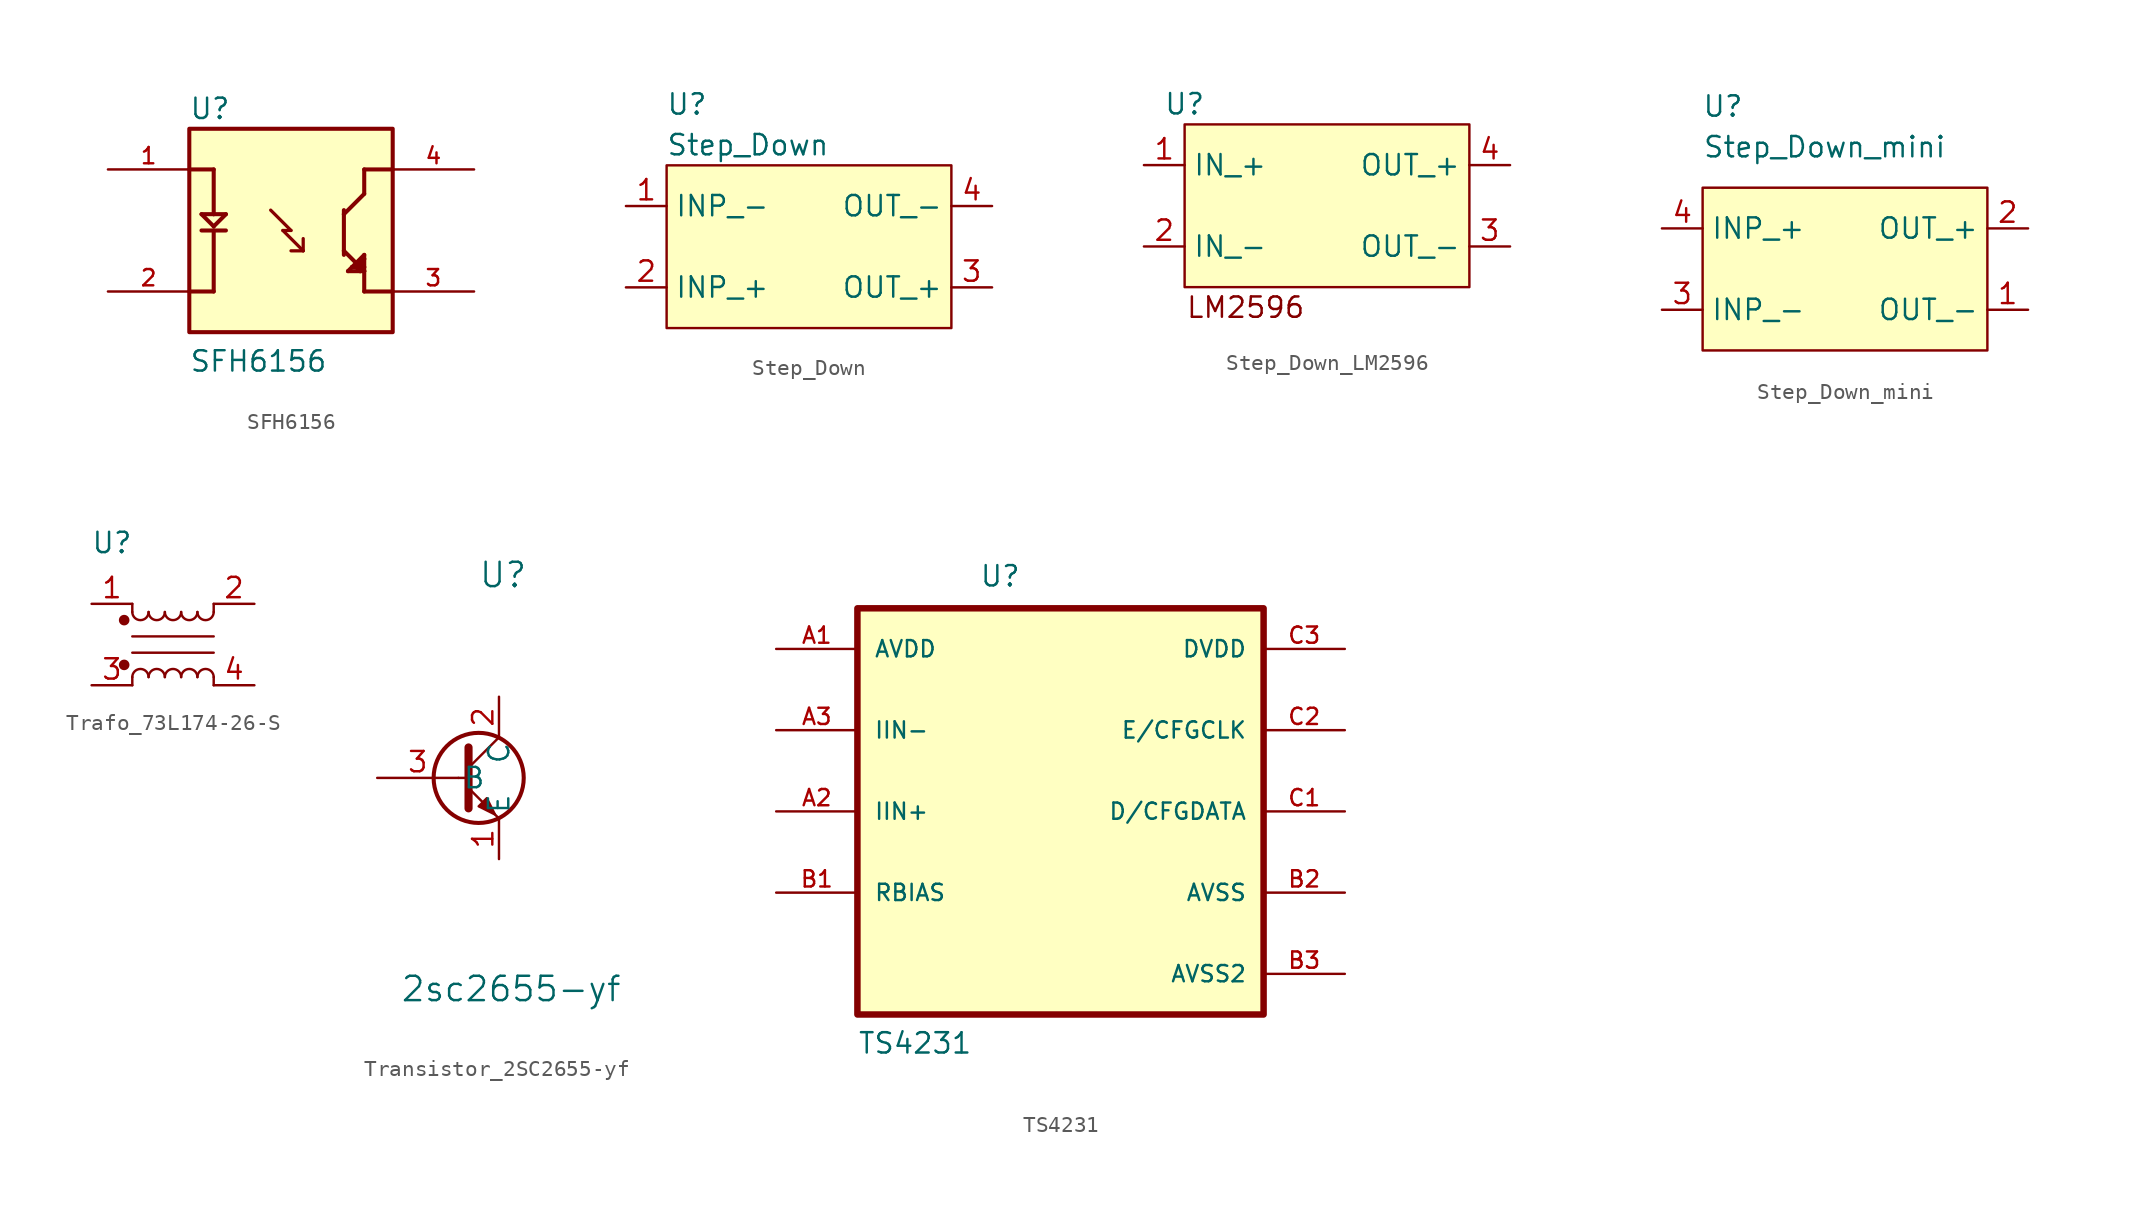
<source format=kicad_sym>
(kicad_symbol_lib
  (version 20231120)
  (generator "kicad_symbol_editor")
  (generator_version "8.0")
  (symbol "SFH6156"
    (pin_names
      (offset 1.016))
    (property "Reference" "U"
      (at -5.099 8.131 0)
      (effects (font (size 1.27 1.27)) (justify left bottom)))
    (property "Value" "SFH6156"
      (at -5.093 -7.64 0)
      (effects (font (size 1.27 1.27)) (justify left bottom)))
    (symbol "SFH6156_0_0"
      (rectangle (start -5.08 -5.08) (end 7.62 7.62) (stroke (width 0.254) (type default)) (fill (type background)))
      (polyline (pts (xy -5.08 5.08) (xy -3.556 5.08)) (stroke (width 0.254) (type default)) (fill (type none)))
      (polyline (pts (xy -4.318 1.27) (xy -2.794 1.27)) (stroke (width 0.254) (type default)) (fill (type none)))
      (polyline (pts (xy -4.318 2.286) (xy -3.556 1.524)) (stroke (width 0.254) (type default)) (fill (type none)))
      (polyline (pts (xy -3.556 -2.54) (xy -5.08 -2.54)) (stroke (width 0.254) (type default)) (fill (type none)))
      (polyline (pts (xy -3.556 1.27) (xy -3.556 -2.54)) (stroke (width 0.254) (type default)) (fill (type none)))
      (polyline (pts (xy -3.556 1.524) (xy -2.794 2.286)) (stroke (width 0.254) (type default)) (fill (type none)))
      (polyline (pts (xy -3.556 2.286) (xy -4.318 2.286)) (stroke (width 0.254) (type default)) (fill (type none)))
      (polyline (pts (xy -3.556 2.286) (xy -2.794 2.286)) (stroke (width 0.254) (type default)) (fill (type none)))
      (polyline (pts (xy -3.556 5.08) (xy -3.556 2.286)) (stroke (width 0.254) (type default)) (fill (type none)))
      (polyline (pts (xy 0 2.54) (xy 1.27 1.27)) (stroke (width 0.203) (type default)) (fill (type none)))
      (polyline (pts (xy 0.762 1.27) (xy 2.032 0)) (stroke (width 0.203) (type default)) (fill (type none)))
      (polyline (pts (xy 1.27 1.27) (xy 0.762 1.27)) (stroke (width 0.203) (type default)) (fill (type none)))
      (polyline (pts (xy 2.032 0) (xy 1.27 0)) (stroke (width 0.203) (type default)) (fill (type none)))
      (polyline (pts (xy 2.032 0) (xy 2.032 0.762)) (stroke (width 0.203) (type default)) (fill (type none)))
      (polyline (pts (xy 4.572 0) (xy 4.572 -0.254)) (stroke (width 0.254) (type default)) (fill (type none)))
      (polyline (pts (xy 4.572 0) (xy 5.842 -1.27)) (stroke (width 0.254) (type default)) (fill (type none)))
      (polyline (pts (xy 4.572 2.286) (xy 4.572 0)) (stroke (width 0.254) (type default)) (fill (type none)))
      (polyline (pts (xy 4.572 2.286) (xy 4.572 2.54)) (stroke (width 0.254) (type default)) (fill (type none)))
      (polyline (pts (xy 4.826 -1.27) (xy 5.588 -1.27)) (stroke (width 0.254) (type default)) (fill (type none)))
      (polyline (pts (xy 5.08 -1.016) (xy 4.826 -1.27)) (stroke (width 0.254) (type default)) (fill (type none)))
      (polyline (pts (xy 5.08 -1.016) (xy 5.334 -1.016)) (stroke (width 0.254) (type default)) (fill (type none)))
      (polyline (pts (xy 5.334 -1.016) (xy 5.588 -1.27)) (stroke (width 0.254) (type default)) (fill (type none)))
      (polyline (pts (xy 5.588 -1.27) (xy 5.588 -0.762)) (stroke (width 0.254) (type default)) (fill (type none)))
      (polyline (pts (xy 5.588 -1.27) (xy 5.842 -1.27)) (stroke (width 0.254) (type default)) (fill (type none)))
      (polyline (pts (xy 5.588 -0.762) (xy 5.334 -1.016)) (stroke (width 0.254) (type default)) (fill (type none)))
      (polyline (pts (xy 5.588 -0.762) (xy 5.842 -0.508)) (stroke (width 0.254) (type default)) (fill (type none)))
      (polyline (pts (xy 5.842 -2.54) (xy 7.62 -2.54)) (stroke (width 0.254) (type default)) (fill (type none)))
      (polyline (pts (xy 5.842 -1.27) (xy 5.842 -2.54)) (stroke (width 0.254) (type default)) (fill (type none)))
      (polyline (pts (xy 5.842 -1.27) (xy 5.842 -1.016)) (stroke (width 0.254) (type default)) (fill (type none)))
      (polyline (pts (xy 5.842 -1.016) (xy 5.588 -0.762)) (stroke (width 0.254) (type default)) (fill (type none)))
      (polyline (pts (xy 5.842 -1.016) (xy 5.842 -0.508)) (stroke (width 0.254) (type default)) (fill (type none)))
      (polyline (pts (xy 5.842 -0.508) (xy 5.842 -0.254)) (stroke (width 0.254) (type default)) (fill (type none)))
      (polyline (pts (xy 5.842 -0.254) (xy 5.08 -1.016)) (stroke (width 0.254) (type default)) (fill (type none)))
      (polyline (pts (xy 5.842 3.556) (xy 4.572 2.286)) (stroke (width 0.254) (type default)) (fill (type none)))
      (polyline (pts (xy 5.842 5.08) (xy 5.842 3.556)) (stroke (width 0.254) (type default)) (fill (type none)))
      (polyline (pts (xy 7.62 5.08) (xy 5.842 5.08)) (stroke (width 0.254) (type default)) (fill (type none)))
      (pin passive line (at -10.16 5.08 0) (length 5.08) (name "~" (effects (font (size 1.016 1.016)))) (number "1" (effects (font (size 1.016 1.016)))))
      (pin passive line (at -10.16 -2.54 0) (length 5.08) (name "~" (effects (font (size 1.016 1.016)))) (number "2" (effects (font (size 1.016 1.016)))))
      (pin passive line (at 12.7 -2.54 180) (length 5.08) (name "~" (effects (font (size 1.016 1.016)))) (number "3" (effects (font (size 1.016 1.016)))))
      (pin passive line (at 12.7 5.08 180) (length 5.08) (name "~" (effects (font (size 1.016 1.016)))) (number "4" (effects (font (size 1.016 1.016)))))))
  (symbol "Step_Down"
    (property "Reference" "U"
      (at -3.81 -1.27 0)
      (effects (font (size 1.27 1.27))))
    (property "Value" "Step_Down"
      (at 0 -3.81 0)
      (effects (font (size 1.27 1.27))))
    (symbol "Step_Down_0_1"
      (rectangle (start -5.08 -5.08) (end 12.7 -15.24) (stroke (width 0) (type default)) (fill (type background))))
    (symbol "Step_Down_1_1"
      (pin power_in line (at -7.62 -7.62 0) (length 2.54) (name "INP_-" (effects (font (size 1.27 1.27)))) (number "1" (effects (font (size 1.27 1.27)))))
      (pin power_in line (at -7.62 -12.7 0) (length 2.54) (name "INP_+" (effects (font (size 1.27 1.27)))) (number "2" (effects (font (size 1.27 1.27)))))
      (pin power_out line (at 15.24 -12.7 180) (length 2.54) (name "OUT_+" (effects (font (size 1.27 1.27)))) (number "3" (effects (font (size 1.27 1.27)))))
      (pin power_out line (at 15.24 -7.62 180) (length 2.54) (name "OUT_-" (effects (font (size 1.27 1.27)))) (number "4" (effects (font (size 1.27 1.27)))))))
  (symbol "Step_Down_LM2596"
    (property "Reference" "U"
      (at 0 0 0)
      (effects (font (size 1.27 1.27))))
    (property "Value" ""
      (at 0 0 0)
      (effects (font (size 1.27 1.27))))
    (symbol "Step_Down_LM2596_0_1"
      (rectangle (start 0 -1.27) (end 17.78 -11.43) (stroke (width 0) (type default)) (fill (type background))))
    (symbol "Step_Down_LM2596_1_1"
      (text "LM2596" (at 3.81 -12.7 0) (effects (font (size 1.27 1.27))))
      (pin power_in line (at -2.54 -3.81 0) (length 2.54) (name "IN_+" (effects (font (size 1.27 1.27)))) (number "1" (effects (font (size 1.27 1.27)))))
      (pin power_in line (at -2.54 -8.89 0) (length 2.54) (name "IN_-" (effects (font (size 1.27 1.27)))) (number "2" (effects (font (size 1.27 1.27)))))
      (pin power_out line (at 20.32 -8.89 180) (length 2.54) (name "OUT_-" (effects (font (size 1.27 1.27)))) (number "3" (effects (font (size 1.27 1.27)))))
      (pin power_out line (at 20.32 -3.81 180) (length 2.54) (name "OUT_+" (effects (font (size 1.27 1.27)))) (number "4" (effects (font (size 1.27 1.27)))))))
  (symbol "Step_Down_mini"
    (property "Reference" "U"
      (at 1.27 -1.27 0)
      (effects (font (size 1.27 1.27))))
    (property "Value" "Step_Down_mini"
      (at 7.62 -3.81 0)
      (effects (font (size 1.27 1.27))))
    (symbol "Step_Down_mini_0_1"
      (rectangle (start 0 -6.35) (end 17.78 -16.51) (stroke (width 0) (type default)) (fill (type background))))
    (symbol "Step_Down_mini_1_1"
      (pin power_out line (at 20.32 -13.97 180) (length 2.54) (name "OUT_-" (effects (font (size 1.27 1.27)))) (number "1" (effects (font (size 1.27 1.27)))))
      (pin power_out line (at 20.32 -8.89 180) (length 2.54) (name "OUT_+" (effects (font (size 1.27 1.27)))) (number "2" (effects (font (size 1.27 1.27)))))
      (pin power_in line (at -2.54 -13.97 0) (length 2.54) (name "INP_-" (effects (font (size 1.27 1.27)))) (number "3" (effects (font (size 1.27 1.27)))))
      (pin power_in line (at -2.54 -8.89 0) (length 2.54) (name "INP_+" (effects (font (size 1.27 1.27)))) (number "4" (effects (font (size 1.27 1.27)))))))
  (symbol "Trafo_73L174-26-S"
    (property "Reference" "U"
      (at -3.81 0 0)
      (effects (font (size 1.27 1.27))))
    (property "Value" ""
      (at 0 0 0)
      (effects (font (size 1.27 1.27))))
    (symbol "Trafo_73L174-26-S_1_1"
      (circle (center -3.048 -7.62) (radius 0.254) (stroke (width 0) (type default)) (fill (type outline)))
      (circle (center -3.048 -4.826) (radius 0.254) (stroke (width 0) (type default)) (fill (type outline)))
      (arc (start -2.54 -4.318) (mid -2.032 -4.8238) (end -1.524 -4.318) (stroke (width 0) (type default)) (fill (type none)))
      (arc (start -1.524 -8.382) (mid -2.032 -7.8762) (end -2.54 -8.382) (stroke (width 0) (type default)) (fill (type none)))
      (arc (start -1.524 -4.318) (mid -1.016 -4.8238) (end -0.508 -4.318) (stroke (width 0) (type default)) (fill (type none)))
      (arc (start -0.508 -8.382) (mid -1.016 -7.8762) (end -1.524 -8.382) (stroke (width 0) (type default)) (fill (type none)))
      (arc (start -0.508 -4.318) (mid 0 -4.8238) (end 0.508 -4.318) (stroke (width 0) (type default)) (fill (type none)))
      (polyline (pts (xy -2.54 -8.382) (xy -2.54 -8.89)) (stroke (width 0) (type default)) (fill (type none)))
      (polyline (pts (xy -2.54 -5.842) (xy 2.54 -5.842)) (stroke (width 0) (type default)) (fill (type none)))
      (polyline (pts (xy -2.54 -4.318) (xy -2.54 -3.81)) (stroke (width 0) (type default)) (fill (type none)))
      (polyline (pts (xy 2.54 -8.382) (xy 2.54 -8.89)) (stroke (width 0) (type default)) (fill (type none)))
      (polyline (pts (xy 2.54 -6.858) (xy -2.54 -6.858)) (stroke (width 0) (type default)) (fill (type none)))
      (polyline (pts (xy 2.54 -3.81) (xy 2.54 -4.318)) (stroke (width 0) (type default)) (fill (type none)))
      (arc (start 0.508 -8.382) (mid 0 -7.8762) (end -0.508 -8.382) (stroke (width 0) (type default)) (fill (type none)))
      (arc (start 0.508 -4.318) (mid 1.016 -4.8238) (end 1.524 -4.318) (stroke (width 0) (type default)) (fill (type none)))
      (arc (start 1.524 -8.382) (mid 1.016 -7.8762) (end 0.508 -8.382) (stroke (width 0) (type default)) (fill (type none)))
      (arc (start 1.524 -4.318) (mid 2.032 -4.8238) (end 2.54 -4.318) (stroke (width 0) (type default)) (fill (type none)))
      (arc (start 2.54 -8.382) (mid 2.032 -7.8762) (end 1.524 -8.382) (stroke (width 0) (type default)) (fill (type none)))
      (pin passive line (at -5.08 -3.81 0) (length 2.54) (name "" (effects (font (size 1.27 1.27)))) (number "1" (effects (font (size 1.27 1.27)))))
      (pin passive line (at 5.08 -3.81 180) (length 2.54) (name "" (effects (font (size 1.27 1.27)))) (number "2" (effects (font (size 1.27 1.27)))))
      (pin passive line (at -5.08 -8.89 0) (length 2.54) (name "" (effects (font (size 1.27 1.27)))) (number "3" (effects (font (size 1.27 1.27)))))
      (pin passive line (at 5.08 -8.89 180) (length 2.54) (name "" (effects (font (size 1.27 1.27)))) (number "4" (effects (font (size 1.27 1.27)))))))
  (symbol "Transistor_2SC2655-yf"
    (pin_names
      (offset 0.254))
    (property "Reference" "U"
      (at 15.494 -2.54 0)
      (effects (font (size 1.524 1.524))))
    (property "Value" "2sc2655-yf"
      (at 16.002 -28.448 0)
      (effects (font (size 1.524 1.524))))
    (symbol "Transistor_2SC2655-yf_0_1"
      (polyline (pts (xy 12.7 -15.24) (xy 13.335 -15.24)) (stroke (width 0) (type default)) (fill (type none)))
      (polyline (pts (xy 13.335 -14.605) (xy 15.24 -12.7)) (stroke (width 0) (type default)) (fill (type none)))
      (polyline (pts (xy 13.335 -15.875) (xy 15.24 -17.78) (xy 15.24 -17.78)) (stroke (width 0) (type default)) (fill (type none)))
      (polyline (pts (xy 13.335 -13.335) (xy 13.335 -17.145) (xy 13.335 -17.145)) (stroke (width 0.508) (type default)) (fill (type none)))
      (polyline (pts (xy 13.97 -17.018) (xy 14.478 -16.51) (xy 14.986 -17.526) (xy 13.97 -17.018) (xy 13.97 -17.018)) (stroke (width 0) (type default)) (fill (type outline)))
      (circle (center 13.97 -15.24) (radius 2.819) (stroke (width 0.254) (type default)) (fill (type none))))
    (symbol "Transistor_2SC2655-yf_1_1"
      (pin passive line (at 15.24 -20.32 90) (length 2.54) (name "E" (effects (font (size 1.27 1.27)))) (number "1" (effects (font (size 1.27 1.27)))))
      (pin passive line (at 15.24 -10.16 270) (length 2.54) (name "C" (effects (font (size 1.27 1.27)))) (number "2" (effects (font (size 1.27 1.27)))))
      (pin input line (at 7.62 -15.24 0) (length 5.08) (name "B" (effects (font (size 1.27 1.27)))) (number "3" (effects (font (size 1.27 1.27)))))))
  (symbol "TS4231"
    (pin_names
      (offset 1.016))
    (property "Reference" "U"
      (at -5.08 11.43 0)
      (effects (font (size 1.27 1.27)) (justify left bottom)))
    (property "Value" "TS4231"
      (at -12.7 -17.78 0)
      (effects (font (size 1.27 1.27)) (justify left bottom)))
    (symbol "TS4231_0_0"
      (rectangle (start -12.7 -15.24) (end 12.7 10.16) (stroke (width 0.406) (type default)) (fill (type background)))
      (pin passive line (at -17.78 7.62 0) (length 5.08) (name "AVDD" (effects (font (size 1.016 1.016)))) (number "A1" (effects (font (size 1.016 1.016)))))
      (pin input line (at -17.78 -2.54 0) (length 5.08) (name "IIN+" (effects (font (size 1.016 1.016)))) (number "A2" (effects (font (size 1.016 1.016)))))
      (pin input line (at -17.78 2.54 0) (length 5.08) (name "IIN-" (effects (font (size 1.016 1.016)))) (number "A3" (effects (font (size 1.016 1.016)))))
      (pin passive line (at -17.78 -7.62 0) (length 5.08) (name "RBIAS" (effects (font (size 1.016 1.016)))) (number "B1" (effects (font (size 1.016 1.016)))))
      (pin passive line (at 17.78 -7.62 180) (length 5.08) (name "AVSS" (effects (font (size 1.016 1.016)))) (number "B2" (effects (font (size 1.016 1.016)))))
      (pin passive line (at 17.78 -12.7 180) (length 5.08) (name "AVSS2" (effects (font (size 1.016 1.016)))) (number "B3" (effects (font (size 1.016 1.016)))))
      (pin bidirectional line (at 17.78 -2.54 180) (length 5.08) (name "D/CFGDATA" (effects (font (size 1.016 1.016)))) (number "C1" (effects (font (size 1.016 1.016)))))
      (pin bidirectional line (at 17.78 2.54 180) (length 5.08) (name "E/CFGCLK" (effects (font (size 1.016 1.016)))) (number "C2" (effects (font (size 1.016 1.016)))))
      (pin power_in line (at 17.78 7.62 180) (length 5.08) (name "DVDD" (effects (font (size 1.016 1.016)))) (number "C3" (effects (font (size 1.016 1.016))))))))
</source>
